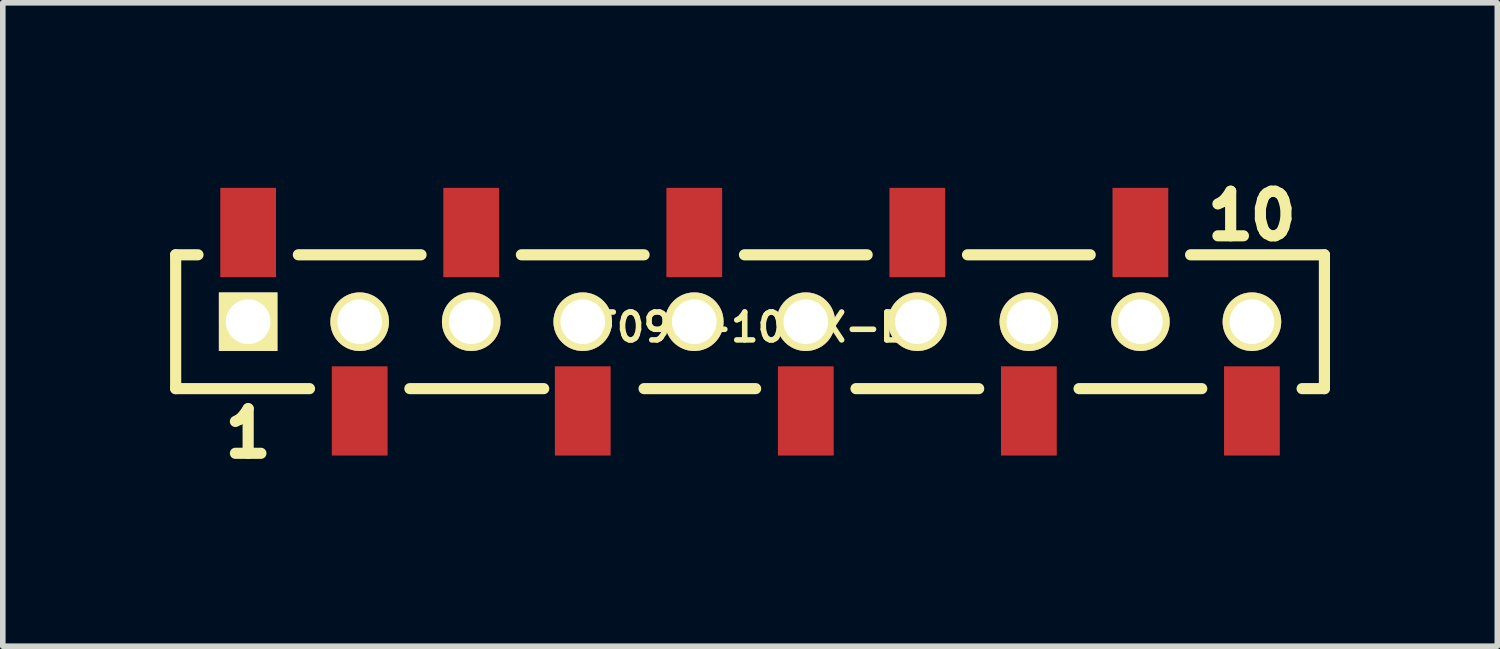
<source format=kicad_pcb>
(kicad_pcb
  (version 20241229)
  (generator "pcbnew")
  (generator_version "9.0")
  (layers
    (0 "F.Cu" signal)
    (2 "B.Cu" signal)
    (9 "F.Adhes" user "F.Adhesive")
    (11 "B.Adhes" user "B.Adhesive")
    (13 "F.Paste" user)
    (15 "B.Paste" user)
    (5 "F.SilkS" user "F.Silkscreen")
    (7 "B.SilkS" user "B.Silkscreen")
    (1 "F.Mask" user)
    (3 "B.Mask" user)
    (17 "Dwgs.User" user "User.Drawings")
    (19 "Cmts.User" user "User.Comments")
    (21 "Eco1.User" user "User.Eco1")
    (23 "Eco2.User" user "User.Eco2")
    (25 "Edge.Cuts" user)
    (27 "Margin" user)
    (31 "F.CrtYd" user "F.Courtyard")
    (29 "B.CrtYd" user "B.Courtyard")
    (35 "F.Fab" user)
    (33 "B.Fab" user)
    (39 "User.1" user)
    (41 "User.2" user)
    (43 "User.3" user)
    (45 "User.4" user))
  (footprint "BF090-10-X-B2"
    (layer "F.Cu")
    (at 10.4 2.719)
    (property "Reference" "BF090-10-X-B2" (at 0 0.1 0) (layer "F.SilkS") (effects (font (size 0.5 0.5) (thickness 0.1))))
    (attr through_hole)
    (fp_line (start -10.3 -1.2) (end -10.3 1.2) (stroke (width 0.2) (type solid)) (layer "F.SilkS"))
    (fp_line (start -10.3 -1.2) (end -9.9 -1.2) (stroke (width 0.2) (type solid)) (layer "F.SilkS"))
    (fp_line (start -10.3 1.2) (end -7.9 1.2) (stroke (width 0.2) (type solid)) (layer "F.SilkS"))
    (fp_line (start -8.1 -1.2) (end -5.9 -1.2) (stroke (width 0.2) (type solid)) (layer "F.SilkS"))
    (fp_line (start -6.1 1.2) (end -3.7 1.2) (stroke (width 0.2) (type solid)) (layer "F.SilkS"))
    (fp_line (start -4.1 -1.2) (end -1.9 -1.2) (stroke (width 0.2) (type solid)) (layer "F.SilkS"))
    (fp_line (start -1.9 1.2) (end 0.1 1.2) (stroke (width 0.2) (type solid)) (layer "F.SilkS"))
    (fp_line (start -0.1 -1.2) (end 2.1 -1.2) (stroke (width 0.2) (type solid)) (layer "F.SilkS"))
    (fp_line (start 1.9 1.2) (end 4.1 1.2) (stroke (width 0.2) (type solid)) (layer "F.SilkS"))
    (fp_line (start 3.9 -1.2) (end 6.1 -1.2) (stroke (width 0.2) (type solid)) (layer "F.SilkS"))
    (fp_line (start 5.9 1.2) (end 8.1 1.2) (stroke (width 0.2) (type solid)) (layer "F.SilkS"))
    (fp_line (start 7.9 -1.2) (end 10.3 -1.2) (stroke (width 0.2) (type solid)) (layer "F.SilkS"))
    (fp_line (start 10.3 -1.2) (end 10.3 1.2) (stroke (width 0.2) (type solid)) (layer "F.SilkS"))
    (fp_line (start 10.3 1.2) (end 9.9 1.2) (stroke (width 0.2) (type solid)) (layer "F.SilkS"))
    (fp_text user "10" (at 9 -1.9 0) (layer "F.SilkS") (effects (font (size 0.8 0.8) (thickness 0.2))))
    (fp_text user "1" (at -9 2 0) (layer "F.SilkS") (effects (font (size 0.8 0.8) (thickness 0.2))))
    (pad "1" smd rect (at -9 -1.6) (size 1 1.6) (layers "F.Cu" "F.Mask" "F.Paste"))
    (pad "1" smd circle (at -9 0) (size 1.05 1.05) (layers "F.Cu" "F.Mask"))
    (pad "1" thru_hole rect (at -9 0) (size 1.05 1.05) (drill 0.8) (layers "*.Cu" "B.Mask" "F.SilkS"))
    (pad "2" smd circle (at -7 0) (size 1.05 1.05) (layers "F.Cu" "F.Mask"))
    (pad "2" thru_hole circle (at -7 0) (size 1.05 1.05) (drill 0.8) (layers "*.Cu" "B.Mask" "F.SilkS"))
    (pad "2" smd rect (at -7 1.6) (size 1 1.6) (layers "F.Cu" "F.Mask" "F.Paste"))
    (pad "3" smd rect (at -5 -1.6) (size 1 1.6) (layers "F.Cu" "F.Mask" "F.Paste"))
    (pad "3" smd circle (at -5 0) (size 1.05 1.05) (layers "F.Cu" "F.Mask"))
    (pad "3" thru_hole circle (at -5 0) (size 1.05 1.05) (drill 0.8) (layers "*.Cu" "B.Mask" "F.SilkS"))
    (pad "4" smd circle (at -3 0) (size 1.05 1.05) (layers "F.Cu" "F.Mask"))
    (pad "4" thru_hole circle (at -3 0) (size 1.05 1.05) (drill 0.8) (layers "*.Cu" "B.Mask" "F.SilkS"))
    (pad "4" smd rect (at -3 1.6) (size 1 1.6) (layers "F.Cu" "F.Mask" "F.Paste"))
    (pad "5" smd rect (at -1 -1.6) (size 1 1.6) (layers "F.Cu" "F.Mask" "F.Paste"))
    (pad "5" smd circle (at -1 0) (size 1.05 1.05) (layers "F.Cu" "F.Mask"))
    (pad "5" thru_hole circle (at -1 0) (size 1.05 1.05) (drill 0.8) (layers "*.Cu" "B.Mask" "F.SilkS"))
    (pad "6" smd circle (at 1 0) (size 1.05 1.05) (layers "F.Cu" "F.Mask"))
    (pad "6" thru_hole circle (at 1 0) (size 1.05 1.05) (drill 0.8) (layers "*.Cu" "B.Mask" "F.SilkS"))
    (pad "6" smd rect (at 1 1.6) (size 1 1.6) (layers "F.Cu" "F.Mask" "F.Paste"))
    (pad "7" smd rect (at 3 -1.6) (size 1 1.6) (layers "F.Cu" "F.Mask" "F.Paste"))
    (pad "7" smd circle (at 3 0) (size 1.05 1.05) (layers "F.Cu" "F.Mask"))
    (pad "7" thru_hole circle (at 3 0) (size 1.05 1.05) (drill 0.8) (layers "*.Cu" "B.Mask" "F.SilkS"))
    (pad "8" smd circle (at 5 0) (size 1.05 1.05) (layers "F.Cu" "F.Mask"))
    (pad "8" thru_hole circle (at 5 0) (size 1.05 1.05) (drill 0.8) (layers "*.Cu" "B.Mask" "F.SilkS"))
    (pad "8" smd rect (at 5 1.6) (size 1 1.6) (layers "F.Cu" "F.Mask" "F.Paste"))
    (pad "9" smd rect (at 7 -1.6) (size 1 1.6) (layers "F.Cu" "F.Mask" "F.Paste"))
    (pad "9" smd circle (at 7 0) (size 1.05 1.05) (layers "F.Cu" "F.Mask"))
    (pad "9" thru_hole circle (at 7 0) (size 1.05 1.05) (drill 0.8) (layers "*.Cu" "B.Mask" "F.SilkS"))
    (pad "10" smd circle (at 9 0) (size 1.05 1.05) (layers "F.Cu" "F.Mask"))
    (pad "10" thru_hole circle (at 9 0) (size 1.05 1.05) (drill 0.8) (layers "*.Cu" "B.Mask" "F.SilkS"))
    (pad "10" smd rect (at 9 1.6) (size 1 1.6) (layers "F.Cu" "F.Mask" "F.Paste")))
  (gr_rect
    (start -3 -3)
    (end 23.8 8.538)
    (stroke (width 0.1) (type default))
    (fill no)
    (layer "Edge.Cuts")))
</source>
